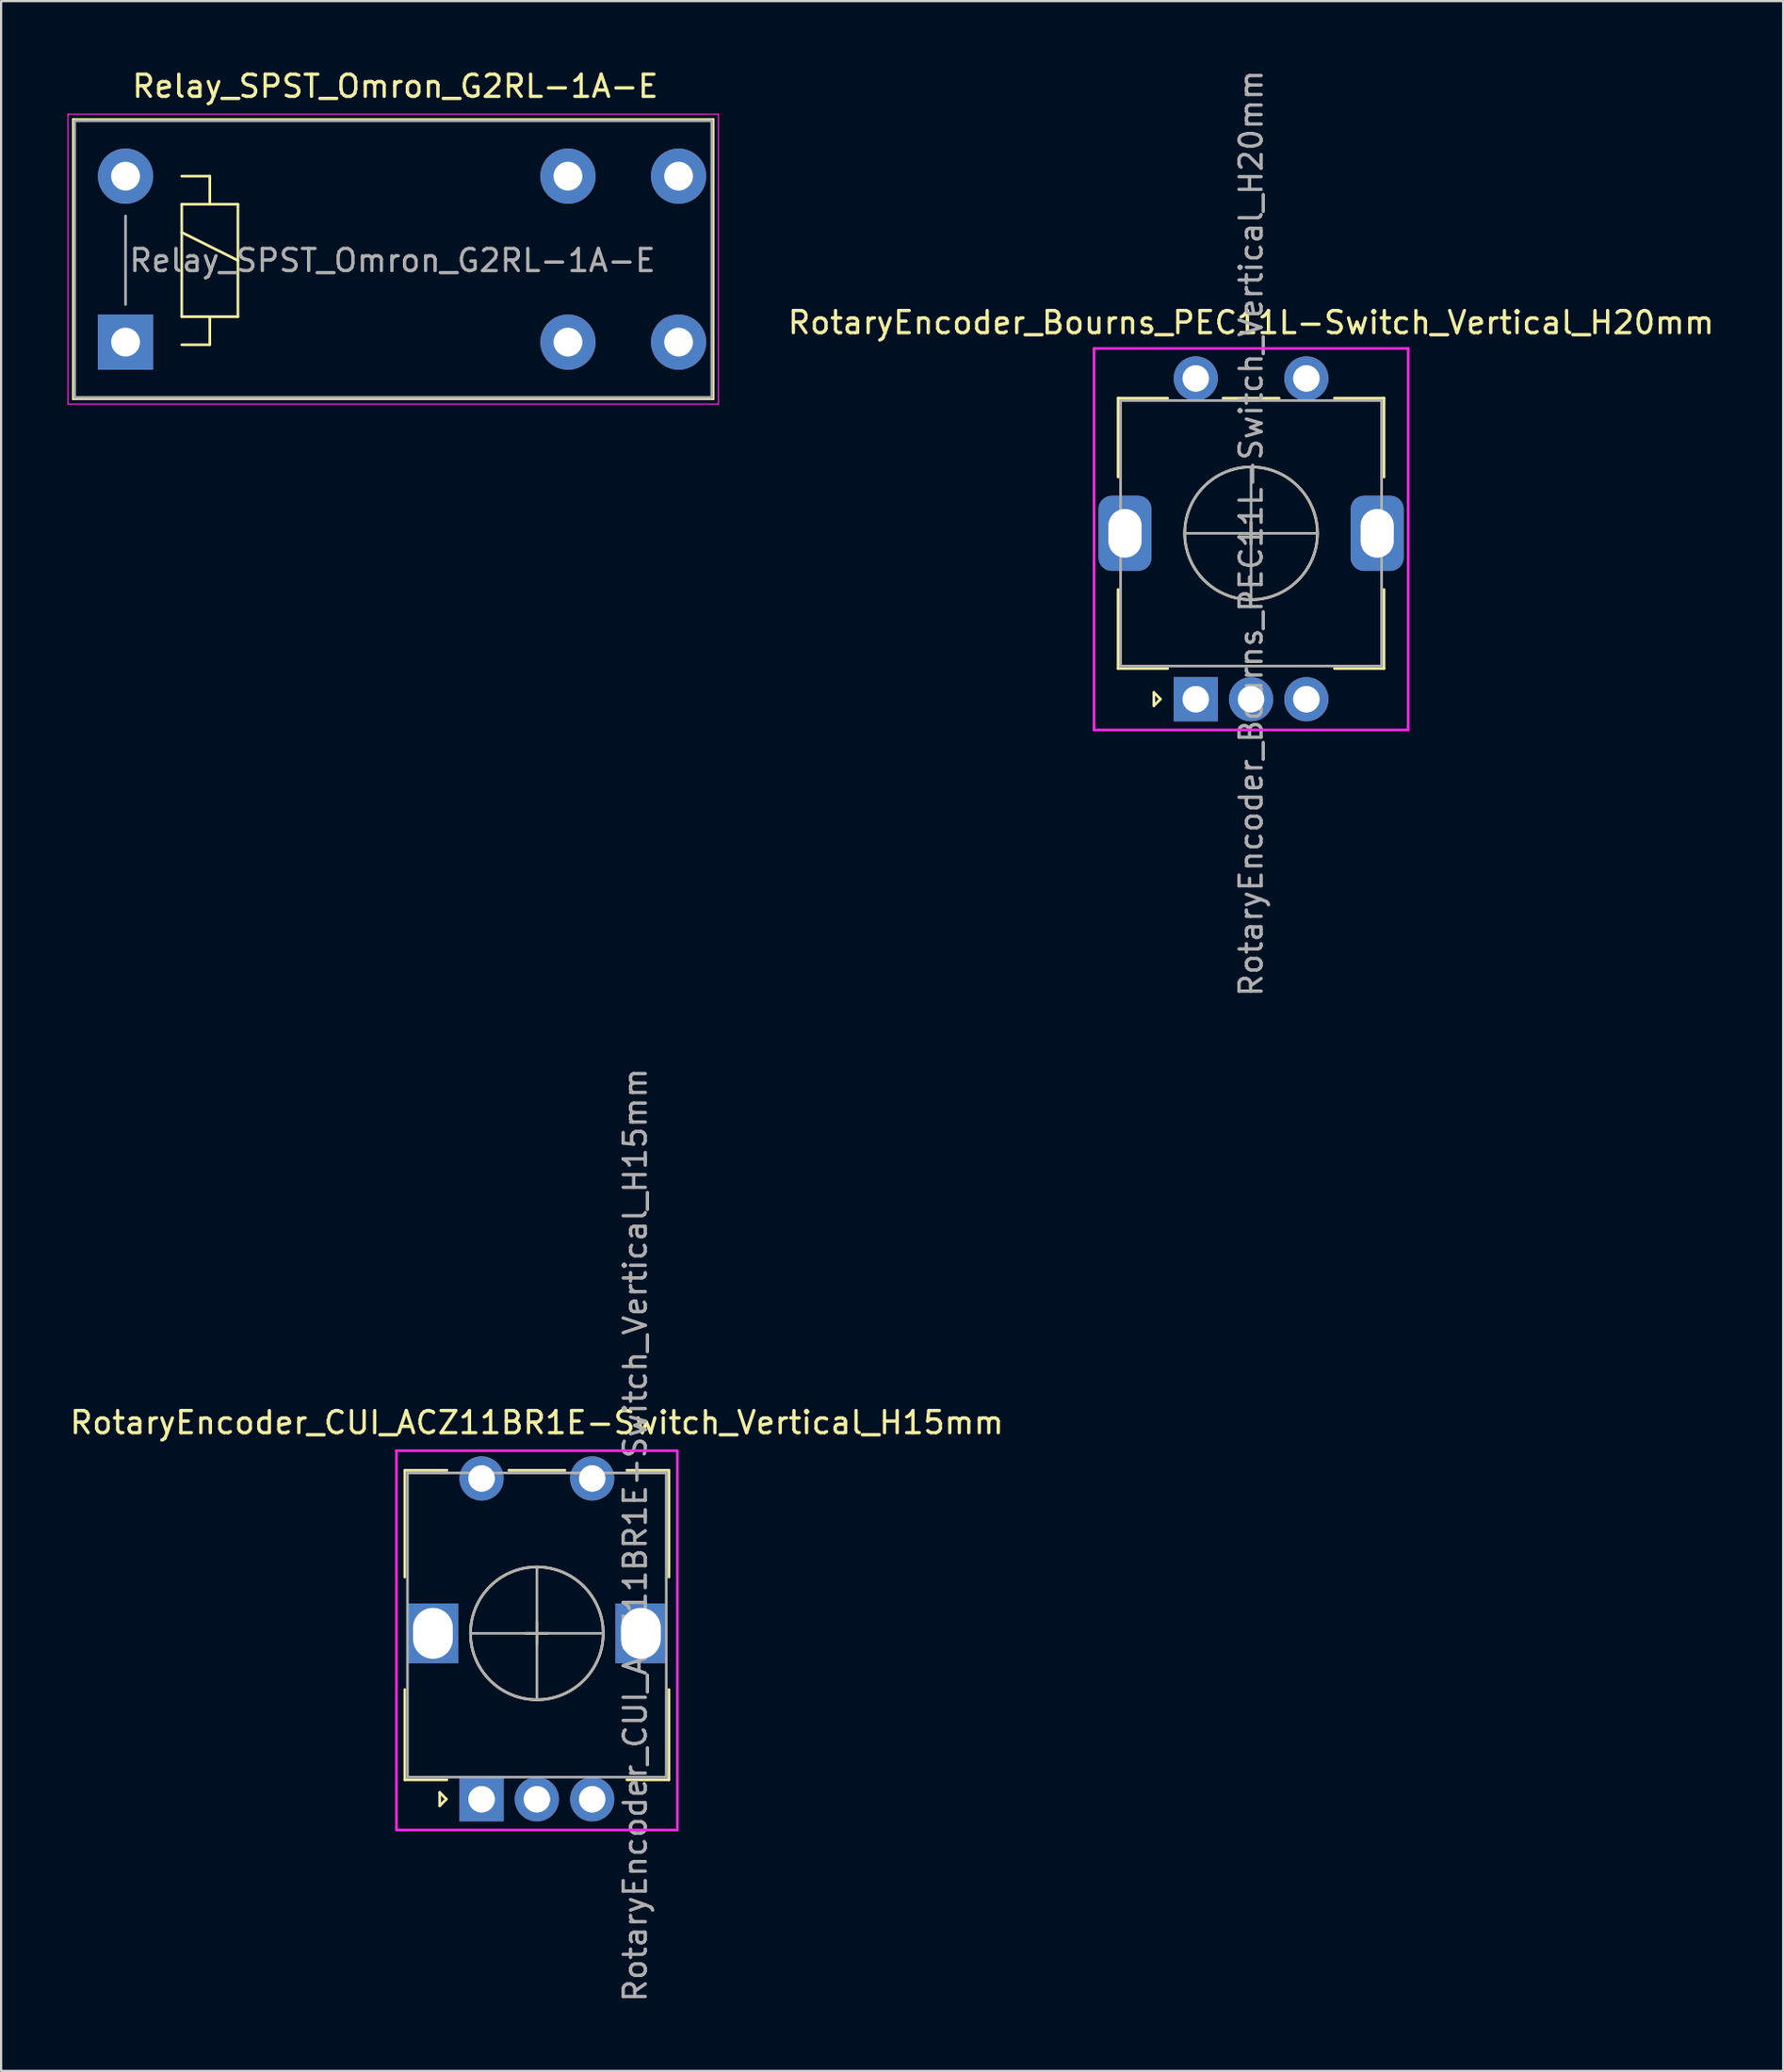
<source format=kicad_pcb>
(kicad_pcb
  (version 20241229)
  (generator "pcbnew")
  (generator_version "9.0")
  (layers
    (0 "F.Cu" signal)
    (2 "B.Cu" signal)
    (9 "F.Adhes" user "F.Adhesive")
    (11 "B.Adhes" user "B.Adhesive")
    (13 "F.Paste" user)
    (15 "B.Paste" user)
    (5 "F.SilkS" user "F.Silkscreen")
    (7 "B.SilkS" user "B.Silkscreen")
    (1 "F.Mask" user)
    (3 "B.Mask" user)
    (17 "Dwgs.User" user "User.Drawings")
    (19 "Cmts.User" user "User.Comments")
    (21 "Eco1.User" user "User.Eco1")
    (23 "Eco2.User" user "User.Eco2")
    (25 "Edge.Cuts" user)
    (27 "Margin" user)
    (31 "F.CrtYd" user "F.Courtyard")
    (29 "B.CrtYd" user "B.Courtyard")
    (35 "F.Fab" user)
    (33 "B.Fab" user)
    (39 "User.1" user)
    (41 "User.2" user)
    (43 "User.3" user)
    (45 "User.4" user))
  (footprint "Relay_SPST_Omron_G2RL-1A-E"
    (layer "F.Cu")
    (at 2.625 4.912)
    (property "Reference" "Relay_SPST_Omron_G2RL-1A-E" (at 12.192 -4.064 0) (layer "F.SilkS") (effects (font (size 1 1) (thickness 0.15))))
    (attr through_hole)
    (fp_line (start -2.36 -2.56) (end 26.56 -2.56) (stroke (width 0.12) (type solid)) (layer "F.SilkS"))
    (fp_line (start -2.36 10.06) (end -2.36 -2.56) (stroke (width 0.12) (type solid)) (layer "F.SilkS"))
    (fp_line (start 2.54 0) (end 3.81 0) (stroke (width 0.12) (type solid)) (layer "F.SilkS"))
    (fp_line (start 2.54 1.27) (end 3.81 1.27) (stroke (width 0.12) (type solid)) (layer "F.SilkS"))
    (fp_line (start 2.54 2.54) (end 5.08 3.81) (stroke (width 0.12) (type solid)) (layer "F.SilkS"))
    (fp_line (start 2.54 6.35) (end 2.54 1.27) (stroke (width 0.12) (type solid)) (layer "F.SilkS"))
    (fp_line (start 3.81 0) (end 3.81 1.27) (stroke (width 0.12) (type solid)) (layer "F.SilkS"))
    (fp_line (start 3.81 1.27) (end 5.08 1.27) (stroke (width 0.12) (type solid)) (layer "F.SilkS"))
    (fp_line (start 3.81 6.35) (end 3.81 7.62) (stroke (width 0.12) (type solid)) (layer "F.SilkS"))
    (fp_line (start 3.81 7.62) (end 2.54 7.62) (stroke (width 0.12) (type solid)) (layer "F.SilkS"))
    (fp_line (start 5.08 1.27) (end 5.08 6.35) (stroke (width 0.12) (type solid)) (layer "F.SilkS"))
    (fp_line (start 5.08 6.35) (end 2.54 6.35) (stroke (width 0.12) (type solid)) (layer "F.SilkS"))
    (fp_line (start 26.56 -2.56) (end 26.56 10.06) (stroke (width 0.12) (type solid)) (layer "F.SilkS"))
    (fp_line (start 26.56 10.06) (end -2.36 10.06) (stroke (width 0.12) (type solid)) (layer "F.SilkS"))
    (fp_line (start -2.6 -2.8) (end 26.8 -2.8) (stroke (width 0.05) (type solid)) (layer "F.CrtYd"))
    (fp_line (start -2.6 10.3) (end -2.6 -2.8) (stroke (width 0.05) (type solid)) (layer "F.CrtYd"))
    (fp_line (start 26.8 -2.8) (end 26.8 10.3) (stroke (width 0.05) (type solid)) (layer "F.CrtYd"))
    (fp_line (start 26.8 10.3) (end -2.6 10.3) (stroke (width 0.05) (type solid)) (layer "F.CrtYd"))
    (fp_line (start -2.3 -2.5) (end 26.5 -2.5) (stroke (width 0.12) (type solid)) (layer "F.Fab"))
    (fp_line (start -2.3 10) (end -2.3 -2.5) (stroke (width 0.12) (type solid)) (layer "F.Fab"))
    (fp_line (start 0 1.8) (end 0 5.8) (stroke (width 0.12) (type solid)) (layer "F.Fab"))
    (fp_line (start 26.5 -2.5) (end 26.5 10) (stroke (width 0.12) (type solid)) (layer "F.Fab"))
    (fp_line (start 26.5 10) (end -2.3 10) (stroke (width 0.12) (type solid)) (layer "F.Fab"))
    (fp_text user "${REFERENCE}" (at 12.065 3.81 0) (layer "F.Fab") (effects (font (size 1 1) (thickness 0.15))))
    (pad "1" thru_hole rect (at 0 7.5) (size 2.5 2.5) (drill 1.3) (layers "*.Cu" "*.Mask"))
    (pad "3" thru_hole circle (at 20 7.5) (size 2.5 2.5) (drill 1.3) (layers "*.Cu" "*.Mask"))
    (pad "4" thru_hole circle (at 25 7.5) (size 2.5 2.5) (drill 1.3) (layers "*.Cu" "*.Mask"))
    (pad "5" thru_hole circle (at 25 0) (size 2.5 2.5) (drill 1.3) (layers "*.Cu" "*.Mask"))
    (pad "6" thru_hole circle (at 20 0) (size 2.5 2.5) (drill 1.3) (layers "*.Cu" "*.Mask"))
    (pad "8" thru_hole circle (at 0 0) (size 2.5 2.5) (drill 1.3) (layers "*.Cu" "*.Mask")))
  (footprint "RotaryEncoder_Bourns_PEC11L-Switch_Vertical_H20mm"
    (layer "F.Cu")
    (at 53.504 21.054)
    (property "Reference" "RotaryEncoder_Bourns_PEC11L-Switch_Vertical_H20mm" (at 0 -9.525 0) (layer "F.SilkS") (effects (font (size 1 1) (thickness 0.15))))
    (attr through_hole)
    (fp_line (start -6.01 -6.11) (end -3.77 -6.11) (stroke (width 0.12) (type solid)) (layer "F.SilkS"))
    (fp_line (start -6.01 -2.54) (end -6.01 -6.11) (stroke (width 0.12) (type solid)) (layer "F.SilkS"))
    (fp_line (start -6.01 2.54) (end -6.01 6.11) (stroke (width 0.12) (type solid)) (layer "F.SilkS"))
    (fp_line (start -6.01 6.11) (end -3.77 6.11) (stroke (width 0.12) (type solid)) (layer "F.SilkS"))
    (fp_line (start -4.394 7.193) (end -4.094 7.493) (stroke (width 0.12) (type solid)) (layer "F.SilkS"))
    (fp_line (start -4.394 7.793) (end -4.394 7.193) (stroke (width 0.12) (type solid)) (layer "F.SilkS"))
    (fp_line (start -4.094 7.493) (end -4.394 7.793) (stroke (width 0.12) (type solid)) (layer "F.SilkS"))
    (fp_line (start -1.27 -6.11) (end 1.27 -6.11) (stroke (width 0.12) (type solid)) (layer "F.SilkS"))
    (fp_line (start -0.5 0) (end 0.5 0) (stroke (width 0.12) (type solid)) (layer "F.SilkS"))
    (fp_line (start 0 -0.5) (end 0 0.5) (stroke (width 0.12) (type solid)) (layer "F.SilkS"))
    (fp_line (start 3.77 -6.11) (end 6.01 -6.11) (stroke (width 0.12) (type solid)) (layer "F.SilkS"))
    (fp_line (start 3.77 6.11) (end 6.01 6.11) (stroke (width 0.12) (type solid)) (layer "F.SilkS"))
    (fp_line (start 6.01 -6.11) (end 6.01 -2.54) (stroke (width 0.12) (type solid)) (layer "F.SilkS"))
    (fp_line (start 6.01 2.54) (end 6.01 6.11) (stroke (width 0.12) (type solid)) (layer "F.SilkS"))
    (fp_circle (center 0 0) (end 3 0) (stroke (width 0.12) (type solid)) (fill no) (layer "F.SilkS"))
    (fp_line (start -7.1 -8.355) (end 7.1 -8.355) (stroke (width 0.12) (type solid)) (layer "F.CrtYd"))
    (fp_line (start -7.1 8.89) (end -7.1 -8.355) (stroke (width 0.12) (type solid)) (layer "F.CrtYd"))
    (fp_line (start 7.1 -8.355) (end 7.1 8.89) (stroke (width 0.12) (type solid)) (layer "F.CrtYd"))
    (fp_line (start 7.1 8.89) (end -7.1 8.89) (stroke (width 0.12) (type solid)) (layer "F.CrtYd"))
    (fp_line (start -5.9 -6) (end -5.9 6) (stroke (width 0.12) (type solid)) (layer "F.Fab"))
    (fp_line (start -5.9 -6) (end 5.9 -6) (stroke (width 0.12) (type solid)) (layer "F.Fab"))
    (fp_line (start -3 0) (end 3 0) (stroke (width 0.12) (type solid)) (layer "F.Fab"))
    (fp_line (start 0 -3) (end 0 3) (stroke (width 0.12) (type solid)) (layer "F.Fab"))
    (fp_line (start 5.9 -6) (end 5.9 6) (stroke (width 0.12) (type solid)) (layer "F.Fab"))
    (fp_line (start 5.9 6) (end -5.9 6) (stroke (width 0.12) (type solid)) (layer "F.Fab"))
    (fp_circle (center 0 0) (end 3 0) (stroke (width 0.12) (type solid)) (fill no) (layer "F.Fab"))
    (fp_text user "${REFERENCE}" (at 0 0 90) (layer "F.Fab") (effects (font (size 1 1) (thickness 0.15))))
    (pad "A" thru_hole rect (at -2.5 7.5) (size 2 2) (drill 1.2) (layers "*.Cu" "*.Mask"))
    (pad "B" thru_hole circle (at 2.5 7.5) (size 2 2) (drill 1.2) (layers "*.Cu" "*.Mask"))
    (pad "C" thru_hole circle (at 0 7.5) (size 2 2) (drill 1.2) (layers "*.Cu" "*.Mask"))
    (pad "MP" thru_hole roundrect (at -5.7 0) (size 2.4 3.4) (drill oval 1.5 2.2) (layers "*.Cu" "*.Mask") (roundrect_rratio 0.25))
    (pad "MP" thru_hole roundrect (at 5.7 0) (size 2.4 3.4) (drill oval 1.5 2.2) (layers "*.Cu" "*.Mask") (roundrect_rratio 0.25))
    (pad "S1" thru_hole circle (at -2.5 -7) (size 2 2) (drill 1.2) (layers "*.Cu" "*.Mask"))
    (pad "S2" thru_hole circle (at 2.5 -7) (size 2 2) (drill 1.2) (layers "*.Cu" "*.Mask")))
  (footprint "RotaryEncoder_CUI_ACZ11BR1E-Switch_Vertical_H15mm"
    (layer "F.Cu")
    (at 21.22 70.772)
    (property "Reference" "RotaryEncoder_CUI_ACZ11BR1E-Switch_Vertical_H15mm" (at 0 -9.525 0) (layer "F.SilkS") (effects (font (size 1 1) (thickness 0.15))))
    (attr through_hole)
    (fp_line (start -5.97 -2.54) (end -5.97 -7.37) (stroke (width 0.12) (type solid)) (layer "F.SilkS"))
    (fp_line (start -5.97 2.54) (end -5.97 6.62) (stroke (width 0.12) (type solid)) (layer "F.SilkS"))
    (fp_line (start -5.97 6.62) (end -4.066 6.62) (stroke (width 0.12) (type solid)) (layer "F.SilkS"))
    (fp_line (start -5.969 -7.37) (end -4.065 -7.37) (stroke (width 0.12) (type solid)) (layer "F.SilkS"))
    (fp_line (start -4.394 7.193) (end -4.094 7.493) (stroke (width 0.12) (type solid)) (layer "F.SilkS"))
    (fp_line (start -4.394 7.793) (end -4.394 7.193) (stroke (width 0.12) (type solid)) (layer "F.SilkS"))
    (fp_line (start -4.094 7.493) (end -4.394 7.793) (stroke (width 0.12) (type solid)) (layer "F.SilkS"))
    (fp_line (start -1.27 -7.37) (end 1.27 -7.37) (stroke (width 0.12) (type solid)) (layer "F.SilkS"))
    (fp_line (start -0.5 0) (end 0.5 0) (stroke (width 0.12) (type solid)) (layer "F.SilkS"))
    (fp_line (start 0 -0.5) (end 0 0.5) (stroke (width 0.12) (type solid)) (layer "F.SilkS"))
    (fp_line (start 4.065 -7.37) (end 5.97 -7.37) (stroke (width 0.12) (type solid)) (layer "F.SilkS"))
    (fp_line (start 4.065 6.62) (end 5.97 6.62) (stroke (width 0.12) (type solid)) (layer "F.SilkS"))
    (fp_line (start 5.97 -7.37) (end 5.97 -2.54) (stroke (width 0.12) (type solid)) (layer "F.SilkS"))
    (fp_line (start 5.97 2.54) (end 5.97 6.62) (stroke (width 0.12) (type solid)) (layer "F.SilkS"))
    (fp_circle (center 0 0) (end 3 0) (stroke (width 0.12) (type solid)) (fill no) (layer "F.SilkS"))
    (fp_line (start -6.35 -8.255) (end 6.35 -8.255) (stroke (width 0.12) (type solid)) (layer "F.CrtYd"))
    (fp_line (start -6.35 8.89) (end -6.35 -8.255) (stroke (width 0.12) (type solid)) (layer "F.CrtYd"))
    (fp_line (start 6.35 -8.255) (end 6.35 8.89) (stroke (width 0.12) (type solid)) (layer "F.CrtYd"))
    (fp_line (start 6.35 8.89) (end -6.35 8.89) (stroke (width 0.12) (type solid)) (layer "F.CrtYd"))
    (fp_line (start -5.85 -7.25) (end -5.85 6.5) (stroke (width 0.12) (type solid)) (layer "F.Fab"))
    (fp_line (start -5.85 -7.25) (end 5.85 -7.25) (stroke (width 0.12) (type solid)) (layer "F.Fab"))
    (fp_line (start -3 0) (end 3 0) (stroke (width 0.12) (type solid)) (layer "F.Fab"))
    (fp_line (start 0 -3) (end 0 3) (stroke (width 0.12) (type solid)) (layer "F.Fab"))
    (fp_line (start 5.85 -7.25) (end 5.85 6.5) (stroke (width 0.12) (type solid)) (layer "F.Fab"))
    (fp_line (start 5.85 6.5) (end -5.85 6.5) (stroke (width 0.12) (type solid)) (layer "F.Fab"))
    (fp_circle (center 0 0) (end 3 0) (stroke (width 0.12) (type solid)) (fill no) (layer "F.Fab"))
    (fp_text user "${REFERENCE}" (at 4.445 -4.445 90) (layer "F.Fab") (effects (font (size 1 1) (thickness 0.15))))
    (pad "A" thru_hole rect (at -2.5 7.5) (size 2 2) (drill 1.2) (layers "*.Cu" "*.Mask"))
    (pad "B" thru_hole circle (at 2.5 7.5) (size 2 2) (drill 1.2) (layers "*.Cu" "*.Mask"))
    (pad "C" thru_hole circle (at 0 7.5) (size 2 2) (drill 1.2) (layers "*.Cu" "*.Mask"))
    (pad "MP" thru_hole rect (at -4.7 0) (size 2.3 2.7) (drill oval 1.8 2.3) (layers "*.Cu" "*.Mask"))
    (pad "MP" thru_hole rect (at 4.7 0) (size 2.3 2.7) (drill oval 1.8 2.3) (layers "*.Cu" "*.Mask"))
    (pad "S1" thru_hole circle (at -2.5 -7) (size 2 2) (drill 1.2) (layers "*.Cu" "*.Mask"))
    (pad "S2" thru_hole circle (at 2.5 -7) (size 2 2) (drill 1.2) (layers "*.Cu" "*.Mask")))
  (gr_rect
    (start -3 -3)
    (end 77.557 90.548)
    (stroke (width 0.1) (type default))
    (fill no)
    (layer "Edge.Cuts")))
</source>
